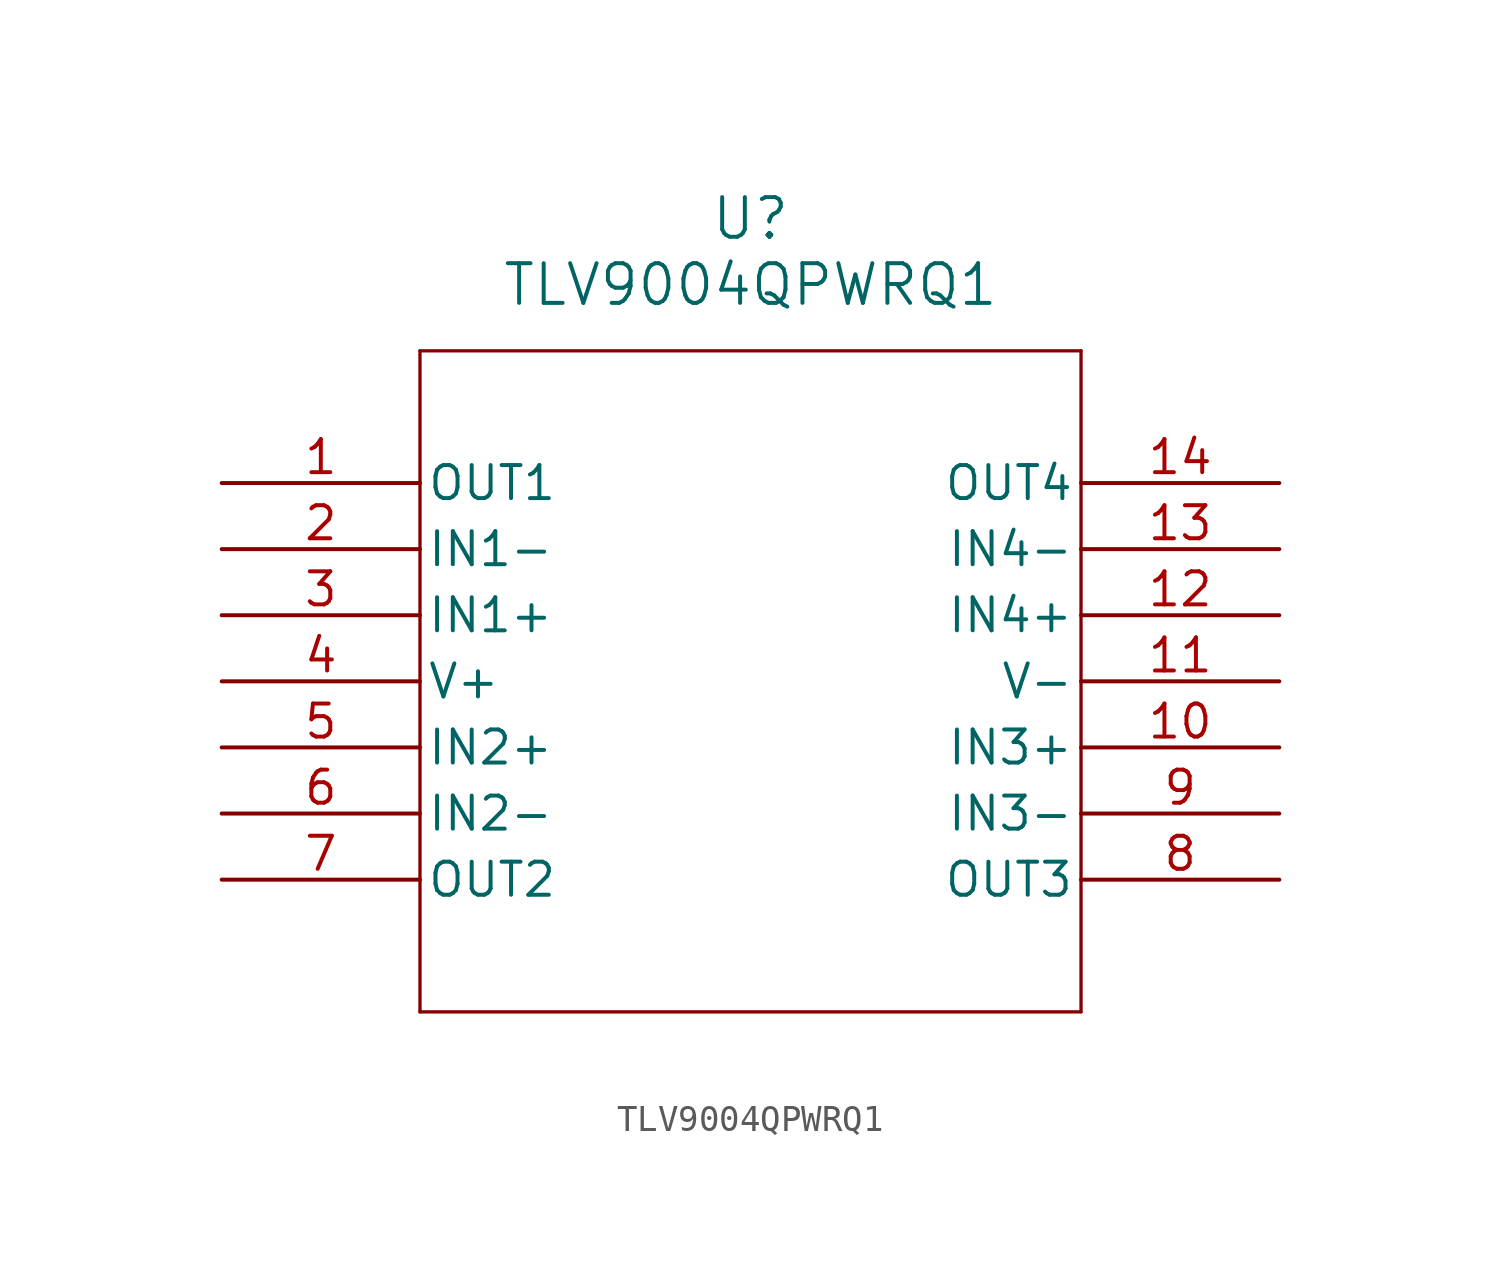
<source format=kicad_sym>
(kicad_symbol_lib
  (version 20211014)
  (generator kicad_symbol_editor)
  (symbol "TLV9004QPWRQ1"
    (pin_names
      (offset 0.254))
    (property "Reference" "U"
      (at 20.32 10.16 0)
      (effects (font (size 1.524 1.524))))
    (property "Value" "TLV9004QPWRQ1"
      (at 20.32 7.62 0)
      (effects (font (size 1.524 1.524))))
    (symbol "TLV9004QPWRQ1_0_1"
      (polyline (pts (xy 7.62 5.08) (xy 7.62 -20.32)) (stroke (width 0.127) (type default) (color 0 0 0 0)) (fill (type none)))
      (polyline (pts (xy 7.62 -20.32) (xy 33.02 -20.32)) (stroke (width 0.127) (type default) (color 0 0 0 0)) (fill (type none)))
      (polyline (pts (xy 33.02 -20.32) (xy 33.02 5.08)) (stroke (width 0.127) (type default) (color 0 0 0 0)) (fill (type none)))
      (polyline (pts (xy 33.02 5.08) (xy 7.62 5.08)) (stroke (width 0.127) (type default) (color 0 0 0 0)) (fill (type none)))
      (pin output line (at 0 0 0) (length 7.62) (name "OUT1" (effects (font (size 1.27 1.27)))) (number "1" (effects (font (size 1.27 1.27)))))
      (pin input line (at 0 -2.54 0) (length 7.62) (name "IN1-" (effects (font (size 1.27 1.27)))) (number "2" (effects (font (size 1.27 1.27)))))
      (pin input line (at 0 -5.08 0) (length 7.62) (name "IN1+" (effects (font (size 1.27 1.27)))) (number "3" (effects (font (size 1.27 1.27)))))
      (pin power_in line (at 0 -7.62 0) (length 7.62) (name "V+" (effects (font (size 1.27 1.27)))) (number "4" (effects (font (size 1.27 1.27)))))
      (pin input line (at 0 -10.16 0) (length 7.62) (name "IN2+" (effects (font (size 1.27 1.27)))) (number "5" (effects (font (size 1.27 1.27)))))
      (pin input line (at 0 -12.7 0) (length 7.62) (name "IN2-" (effects (font (size 1.27 1.27)))) (number "6" (effects (font (size 1.27 1.27)))))
      (pin output line (at 0 -15.24 0) (length 7.62) (name "OUT2" (effects (font (size 1.27 1.27)))) (number "7" (effects (font (size 1.27 1.27)))))
      (pin output line (at 40.64 -15.24 180) (length 7.62) (name "OUT3" (effects (font (size 1.27 1.27)))) (number "8" (effects (font (size 1.27 1.27)))))
      (pin input line (at 40.64 -12.7 180) (length 7.62) (name "IN3-" (effects (font (size 1.27 1.27)))) (number "9" (effects (font (size 1.27 1.27)))))
      (pin input line (at 40.64 -10.16 180) (length 7.62) (name "IN3+" (effects (font (size 1.27 1.27)))) (number "10" (effects (font (size 1.27 1.27)))))
      (pin power_in line (at 40.64 -7.62 180) (length 7.62) (name "V-" (effects (font (size 1.27 1.27)))) (number "11" (effects (font (size 1.27 1.27)))))
      (pin input line (at 40.64 -5.08 180) (length 7.62) (name "IN4+" (effects (font (size 1.27 1.27)))) (number "12" (effects (font (size 1.27 1.27)))))
      (pin input line (at 40.64 -2.54 180) (length 7.62) (name "IN4-" (effects (font (size 1.27 1.27)))) (number "13" (effects (font (size 1.27 1.27)))))
      (pin output line (at 40.64 0 180) (length 7.62) (name "OUT4" (effects (font (size 1.27 1.27)))) (number "14" (effects (font (size 1.27 1.27))))))))
</source>
